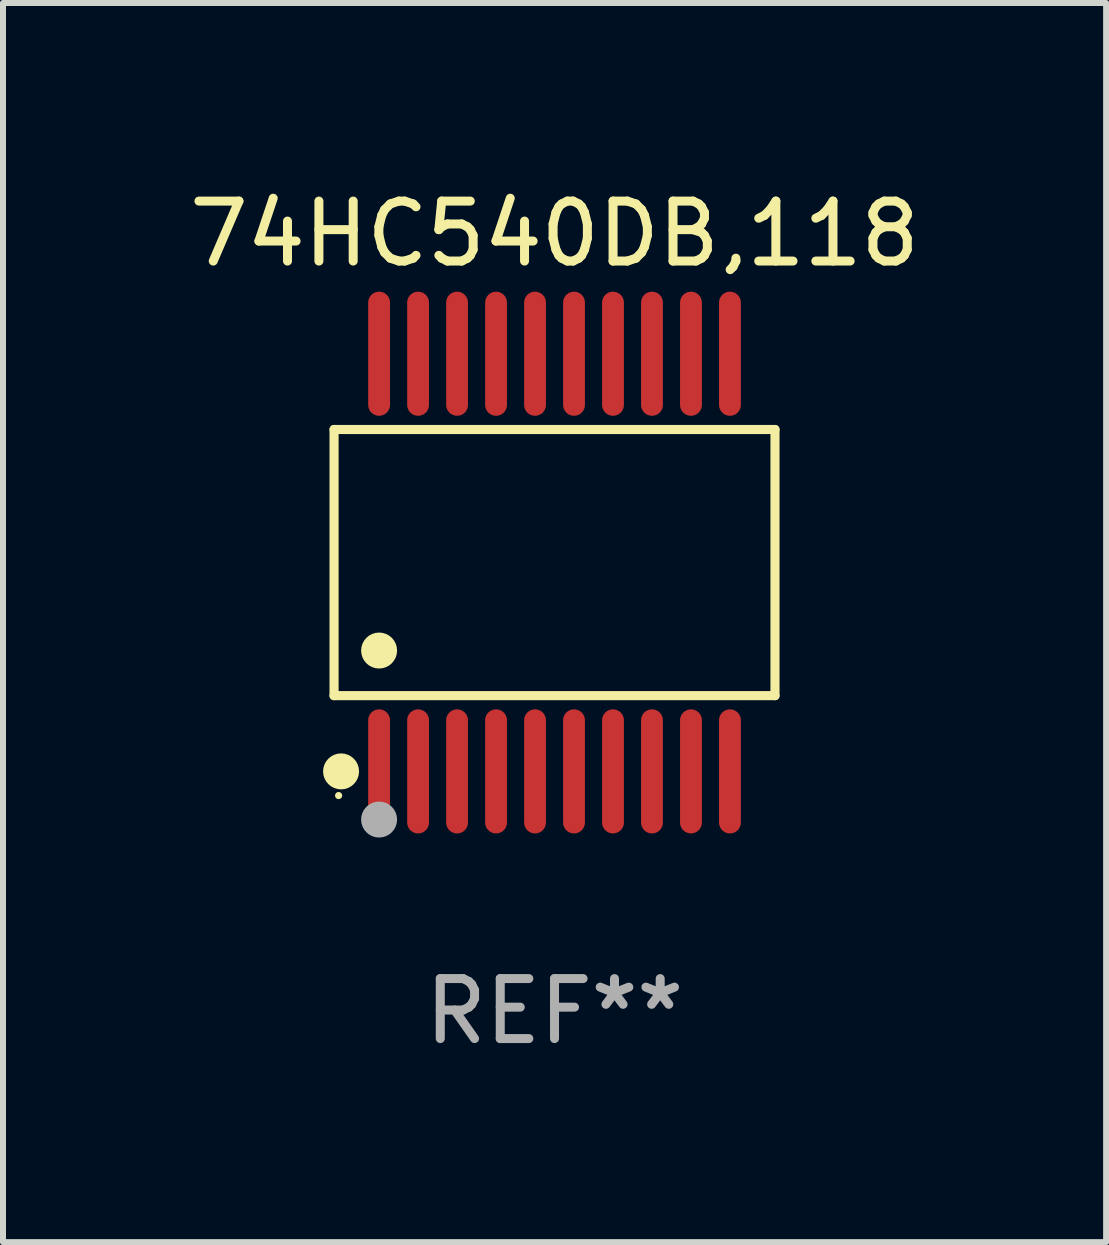
<source format=kicad_pcb>
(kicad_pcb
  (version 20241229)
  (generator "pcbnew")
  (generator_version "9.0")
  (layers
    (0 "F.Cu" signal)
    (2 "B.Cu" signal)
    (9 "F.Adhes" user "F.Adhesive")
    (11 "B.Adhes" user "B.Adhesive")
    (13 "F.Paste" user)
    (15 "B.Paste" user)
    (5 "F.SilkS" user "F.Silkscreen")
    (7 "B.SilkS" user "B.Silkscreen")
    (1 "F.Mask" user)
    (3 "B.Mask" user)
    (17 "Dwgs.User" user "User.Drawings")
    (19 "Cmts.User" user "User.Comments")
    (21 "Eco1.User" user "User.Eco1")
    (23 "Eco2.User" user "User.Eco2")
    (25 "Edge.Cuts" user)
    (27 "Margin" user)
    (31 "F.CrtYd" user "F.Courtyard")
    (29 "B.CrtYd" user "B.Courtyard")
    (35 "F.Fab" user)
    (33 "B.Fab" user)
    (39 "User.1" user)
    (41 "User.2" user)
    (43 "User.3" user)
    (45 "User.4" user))
  (footprint "74HC540DB,118"
    (layer "F.Cu")
    (at 6.196 6.33)
    (property "Reference" "74HC540DB,118" (at 0 -5.482 0) (layer "F.SilkS") (effects (font (size 1 1) (thickness 0.15))))
    (attr through_hole)
    (fp_line (start -3.676 -2.219) (end 3.676 -2.219) (stroke (width 0.152) (type solid)) (layer "F.SilkS"))
    (fp_line (start -3.676 2.219) (end -3.676 -2.219) (stroke (width 0.152) (type solid)) (layer "F.SilkS"))
    (fp_line (start 3.676 -2.219) (end 3.676 2.219) (stroke (width 0.152) (type solid)) (layer "F.SilkS"))
    (fp_line (start 3.676 2.219) (end -3.676 2.219) (stroke (width 0.152) (type solid)) (layer "F.SilkS"))
    (fp_circle (center -3.6 3.885) (end -3.57 3.885) (stroke (width 0.06) (type solid)) (fill no) (layer "F.SilkS"))
    (fp_circle (center -3.559 3.482) (end -3.409 3.482) (stroke (width 0.3) (type solid)) (fill no) (layer "F.SilkS"))
    (fp_circle (center -2.925 1.467) (end -2.775 1.467) (stroke (width 0.3) (type solid)) (fill no) (layer "F.SilkS"))
    (fp_circle (center -2.925 4.285) (end -2.775 4.285) (stroke (width 0.3) (type solid)) (fill no) (layer "F.Fab"))
    (fp_text user "REF**" (at 0 7.482 0) (layer "F.Fab") (effects (font (size 1 1) (thickness 0.15))))
    (pad "1" smd oval (at -2.925 3.482) (size 0.364 2.069) (layers "F.Cu" "F.Mask" "F.Paste"))
    (pad "2" smd oval (at -2.275 3.482) (size 0.364 2.069) (layers "F.Cu" "F.Mask" "F.Paste"))
    (pad "3" smd oval (at -1.625 3.482) (size 0.364 2.069) (layers "F.Cu" "F.Mask" "F.Paste"))
    (pad "4" smd oval (at -0.975 3.482) (size 0.364 2.069) (layers "F.Cu" "F.Mask" "F.Paste"))
    (pad "5" smd oval (at -0.325 3.482) (size 0.364 2.069) (layers "F.Cu" "F.Mask" "F.Paste"))
    (pad "6" smd oval (at 0.325 3.482) (size 0.364 2.069) (layers "F.Cu" "F.Mask" "F.Paste"))
    (pad "7" smd oval (at 0.975 3.482) (size 0.364 2.069) (layers "F.Cu" "F.Mask" "F.Paste"))
    (pad "8" smd oval (at 1.625 3.482) (size 0.364 2.069) (layers "F.Cu" "F.Mask" "F.Paste"))
    (pad "9" smd oval (at 2.275 3.482) (size 0.364 2.069) (layers "F.Cu" "F.Mask" "F.Paste"))
    (pad "10" smd oval (at 2.925 3.482) (size 0.364 2.069) (layers "F.Cu" "F.Mask" "F.Paste"))
    (pad "11" smd oval (at 2.925 -3.482) (size 0.364 2.069) (layers "F.Cu" "F.Mask" "F.Paste"))
    (pad "12" smd oval (at 2.275 -3.482) (size 0.364 2.069) (layers "F.Cu" "F.Mask" "F.Paste"))
    (pad "13" smd oval (at 1.625 -3.482) (size 0.364 2.069) (layers "F.Cu" "F.Mask" "F.Paste"))
    (pad "14" smd oval (at 0.975 -3.482) (size 0.364 2.069) (layers "F.Cu" "F.Mask" "F.Paste"))
    (pad "15" smd oval (at 0.325 -3.482) (size 0.364 2.069) (layers "F.Cu" "F.Mask" "F.Paste"))
    (pad "16" smd oval (at -0.325 -3.482) (size 0.364 2.069) (layers "F.Cu" "F.Mask" "F.Paste"))
    (pad "17" smd oval (at -0.975 -3.482) (size 0.364 2.069) (layers "F.Cu" "F.Mask" "F.Paste"))
    (pad "18" smd oval (at -1.625 -3.482) (size 0.364 2.069) (layers "F.Cu" "F.Mask" "F.Paste"))
    (pad "19" smd oval (at -2.275 -3.482) (size 0.364 2.069) (layers "F.Cu" "F.Mask" "F.Paste"))
    (pad "20" smd oval (at -2.925 -3.482) (size 0.364 2.069) (layers "F.Cu" "F.Mask" "F.Paste")))
  (gr_rect
    (start -3 -3)
    (end 15.393 17.661)
    (stroke (width 0.1) (type default))
    (fill no)
    (layer "Edge.Cuts")))
</source>
